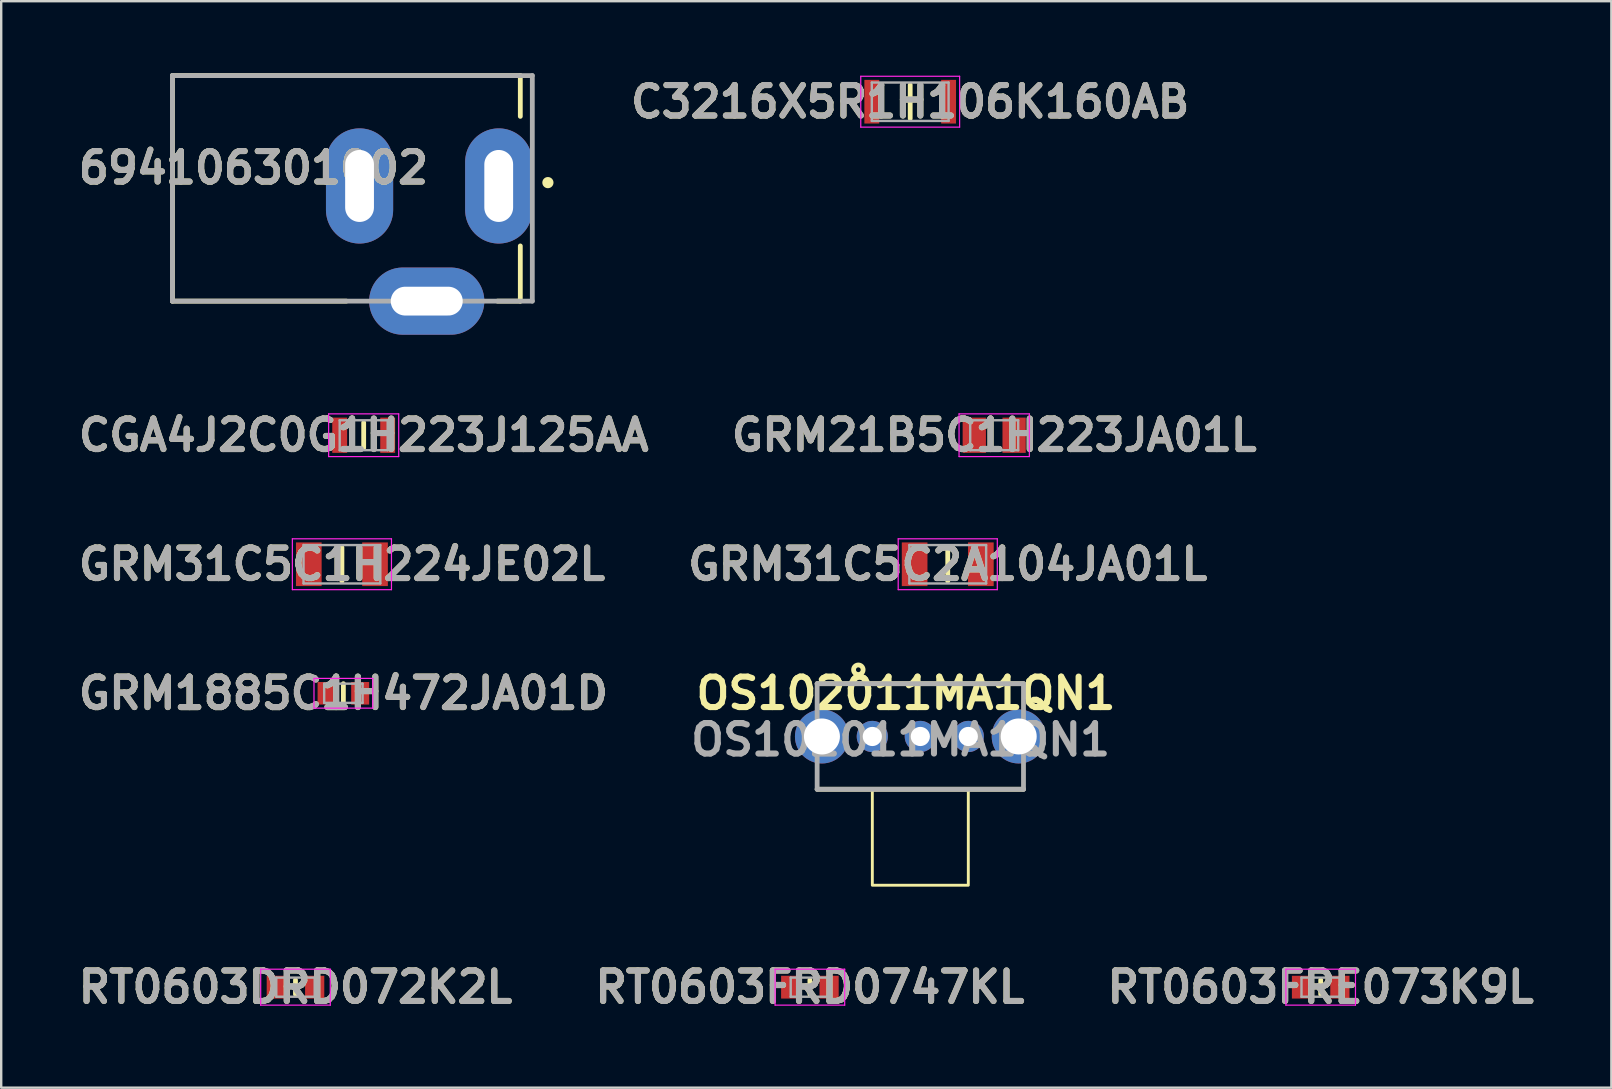
<source format=kicad_pcb>
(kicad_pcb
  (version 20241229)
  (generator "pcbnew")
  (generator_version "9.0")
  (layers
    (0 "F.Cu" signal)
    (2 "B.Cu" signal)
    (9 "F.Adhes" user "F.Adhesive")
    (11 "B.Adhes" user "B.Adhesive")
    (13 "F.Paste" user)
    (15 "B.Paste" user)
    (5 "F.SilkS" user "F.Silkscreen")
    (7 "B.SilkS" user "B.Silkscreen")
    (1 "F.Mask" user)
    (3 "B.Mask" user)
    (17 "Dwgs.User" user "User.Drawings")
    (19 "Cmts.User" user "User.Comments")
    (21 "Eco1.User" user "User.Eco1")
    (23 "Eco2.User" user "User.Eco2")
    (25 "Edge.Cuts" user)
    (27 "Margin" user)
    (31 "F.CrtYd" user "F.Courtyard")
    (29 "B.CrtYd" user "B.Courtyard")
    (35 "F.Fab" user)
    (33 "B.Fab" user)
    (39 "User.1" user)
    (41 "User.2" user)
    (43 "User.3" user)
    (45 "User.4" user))
  (footprint "OS102011MA1QN1"
    (layer "F.Cu")
    (at 35.306 27.644)
    (property "Reference" "OS102011MA1QN1" (at -0.6 -1.8 0) (layer "F.SilkS") (effects (font (size 1.27 1.27) (thickness 0.254))))
    (attr through_hole)
    (fp_line (start -4.3 -2.2) (end 4.3 -2.2) (stroke (width 0.2) (type solid)) (layer "F.SilkS"))
    (fp_line (start -4.3 2.2) (end 4.3 2.2) (stroke (width 0.2) (type solid)) (layer "F.SilkS"))
    (fp_rect (start 2 2.2) (end -2 2.2) (stroke (width 0.12) (type default)) (fill no) (layer "F.SilkS"))
    (fp_rect (start 2 2.2) (end -2 6.2) (stroke (width 0.12) (type default)) (fill no) (layer "F.SilkS"))
    (fp_circle (center -2.583 -2.781) (end -2.583 -2.682) (stroke (width 0.2) (type solid)) (fill no) (layer "F.SilkS"))
    (fp_line (start -4.3 -2.2) (end 4.3 -2.2) (stroke (width 0.2) (type solid)) (layer "F.Fab"))
    (fp_line (start -4.3 2.2) (end -4.3 -2.2) (stroke (width 0.2) (type solid)) (layer "F.Fab"))
    (fp_line (start 4.3 -2.2) (end 4.3 2.2) (stroke (width 0.2) (type solid)) (layer "F.Fab"))
    (fp_line (start 4.3 2.2) (end -4.3 2.2) (stroke (width 0.2) (type solid)) (layer "F.Fab"))
    (fp_text user "${REFERENCE}" (at -0.822 0.137 0) (layer "F.Fab") (effects (font (size 1.27 1.27) (thickness 0.254))))
    (pad "1" thru_hole circle (at -2 0) (size 1.3 1.3) (drill 0.8) (layers "*.Cu" "*.Mask"))
    (pad "2" thru_hole circle (at 0 0) (size 1.3 1.3) (drill 0.8) (layers "*.Cu" "*.Mask"))
    (pad "3" thru_hole circle (at 2 0) (size 1.3 1.3) (drill 0.8) (layers "*.Cu" "*.Mask"))
    (pad "4" thru_hole circle (at -4.1 0) (size 2.25 2.25) (drill 1.5) (layers "*.Cu" "*.Mask"))
    (pad "5" thru_hole circle (at 4.1 0) (size 2.25 2.25) (drill 1.5) (layers "*.Cu" "*.Mask")))
  (footprint "CGA4J2C0G1H223J125AA"
    (layer "F.Cu")
    (at 12.107 15.089)
    (property "Reference" "CGA4J2C0G1H223J125AA" (at 0 0 0) (layer "F.SilkS") (effects (font (size 1.27 1.27) (thickness 0.254))))
    (attr smd)
    (fp_line (start 0 -0.525) (end 0 0.525) (stroke (width 0.2) (type solid)) (layer "F.SilkS"))
    (fp_line (start -1.46 -0.89) (end 1.46 -0.89) (stroke (width 0.05) (type solid)) (layer "F.CrtYd"))
    (fp_line (start -1.46 0.89) (end -1.46 -0.89) (stroke (width 0.05) (type solid)) (layer "F.CrtYd"))
    (fp_line (start 1.46 -0.89) (end 1.46 0.89) (stroke (width 0.05) (type solid)) (layer "F.CrtYd"))
    (fp_line (start 1.46 0.89) (end -1.46 0.89) (stroke (width 0.05) (type solid)) (layer "F.CrtYd"))
    (fp_line (start -1 -0.625) (end 1 -0.625) (stroke (width 0.1) (type solid)) (layer "F.Fab"))
    (fp_line (start -1 0.625) (end -1 -0.625) (stroke (width 0.1) (type solid)) (layer "F.Fab"))
    (fp_line (start 1 -0.625) (end 1 0.625) (stroke (width 0.1) (type solid)) (layer "F.Fab"))
    (fp_line (start 1 0.625) (end -1 0.625) (stroke (width 0.1) (type solid)) (layer "F.Fab"))
    (fp_text user "${REFERENCE}" (at 0 0 0) (layer "F.Fab") (effects (font (size 1.27 1.27) (thickness 0.254))))
    (pad "1" smd rect (at -1 0) (size 0.62 1.47) (layers "F.Cu" "F.Mask" "F.Paste"))
    (pad "2" smd rect (at 1 0) (size 0.62 1.47) (layers "F.Cu" "F.Mask" "F.Paste")))
  (footprint "GRM31C5C2A104JA01L"
    (layer "F.Cu")
    (at 36.449 20.466)
    (property "Reference" "GRM31C5C2A104JA01L" (at 0 0 0) (layer "F.SilkS") (effects (font (size 1.27 1.27) (thickness 0.254))))
    (attr smd)
    (fp_line (start 0 -0.7) (end 0 0.7) (stroke (width 0.2) (type solid)) (layer "F.SilkS"))
    (fp_line (start -2.065 -1.06) (end 2.065 -1.06) (stroke (width 0.05) (type solid)) (layer "F.CrtYd"))
    (fp_line (start -2.065 1.06) (end -2.065 -1.06) (stroke (width 0.05) (type solid)) (layer "F.CrtYd"))
    (fp_line (start 2.065 -1.06) (end 2.065 1.06) (stroke (width 0.05) (type solid)) (layer "F.CrtYd"))
    (fp_line (start 2.065 1.06) (end -2.065 1.06) (stroke (width 0.05) (type solid)) (layer "F.CrtYd"))
    (fp_line (start -1.6 -0.8) (end 1.6 -0.8) (stroke (width 0.1) (type solid)) (layer "F.Fab"))
    (fp_line (start -1.6 0.8) (end -1.6 -0.8) (stroke (width 0.1) (type solid)) (layer "F.Fab"))
    (fp_line (start 1.6 -0.8) (end 1.6 0.8) (stroke (width 0.1) (type solid)) (layer "F.Fab"))
    (fp_line (start 1.6 0.8) (end -1.6 0.8) (stroke (width 0.1) (type solid)) (layer "F.Fab"))
    (fp_text user "${REFERENCE}" (at 0 0 0) (layer "F.Fab") (effects (font (size 1.27 1.27) (thickness 0.254))))
    (pad "1" smd rect (at -1.38 0) (size 1.07 1.82) (layers "F.Cu" "F.Mask" "F.Paste"))
    (pad "2" smd rect (at 1.38 0) (size 1.07 1.82) (layers "F.Cu" "F.Mask" "F.Paste")))
  (footprint "GRM1885C1H472JA01D"
    (layer "F.Cu")
    (at 11.261 25.844)
    (property "Reference" "GRM1885C1H472JA01D" (at 0 0 0) (layer "F.SilkS") (effects (font (size 1.27 1.27) (thickness 0.254))))
    (attr smd)
    (fp_line (start 0 -0.4) (end 0 0.4) (stroke (width 0.2) (type default)) (layer "F.SilkS"))
    (fp_line (start -1.225 -0.62) (end 1.225 -0.62) (stroke (width 0.05) (type solid)) (layer "F.CrtYd"))
    (fp_line (start -1.225 0.62) (end -1.225 -0.62) (stroke (width 0.05) (type solid)) (layer "F.CrtYd"))
    (fp_line (start 1.225 -0.62) (end 1.225 0.62) (stroke (width 0.05) (type solid)) (layer "F.CrtYd"))
    (fp_line (start 1.225 0.62) (end -1.225 0.62) (stroke (width 0.05) (type solid)) (layer "F.CrtYd"))
    (fp_line (start -0.8 -0.4) (end 0.8 -0.4) (stroke (width 0.1) (type solid)) (layer "F.Fab"))
    (fp_line (start -0.8 0.4) (end -0.8 -0.4) (stroke (width 0.1) (type solid)) (layer "F.Fab"))
    (fp_line (start 0.8 -0.4) (end 0.8 0.4) (stroke (width 0.1) (type solid)) (layer "F.Fab"))
    (fp_line (start 0.8 0.4) (end -0.8 0.4) (stroke (width 0.1) (type solid)) (layer "F.Fab"))
    (fp_text user "${REFERENCE}" (at 0 0 0) (layer "F.Fab") (effects (font (size 1.27 1.27) (thickness 0.254))))
    (pad "1" smd rect (at -0.7 0) (size 0.75 0.94) (layers "F.Cu" "F.Mask" "F.Paste"))
    (pad "2" smd rect (at 0.7 0) (size 0.75 0.94) (layers "F.Cu" "F.Mask" "F.Paste")))
  (footprint "RT0603FRE073K9L"
    (layer "F.Cu")
    (at 51.992 38.092)
    (property "Reference" "RT0603FRE073K9L" (at 0 0 0) (layer "F.SilkS") (effects (font (size 1.27 1.27) (thickness 0.254))))
    (attr smd)
    (fp_line (start 0 -0.3) (end 0 0.3) (stroke (width 0.2) (type solid)) (layer "F.SilkS"))
    (fp_line (start -1.45 -0.75) (end 1.45 -0.75) (stroke (width 0.05) (type solid)) (layer "F.CrtYd"))
    (fp_line (start -1.45 0.75) (end -1.45 -0.75) (stroke (width 0.05) (type solid)) (layer "F.CrtYd"))
    (fp_line (start 1.45 -0.75) (end 1.45 0.75) (stroke (width 0.05) (type solid)) (layer "F.CrtYd"))
    (fp_line (start 1.45 0.75) (end -1.45 0.75) (stroke (width 0.05) (type solid)) (layer "F.CrtYd"))
    (fp_line (start -0.8 -0.4) (end 0.8 -0.4) (stroke (width 0.1) (type solid)) (layer "F.Fab"))
    (fp_line (start -0.8 0.4) (end -0.8 -0.4) (stroke (width 0.1) (type solid)) (layer "F.Fab"))
    (fp_line (start 0.8 -0.4) (end 0.8 0.4) (stroke (width 0.1) (type solid)) (layer "F.Fab"))
    (fp_line (start 0.8 0.4) (end -0.8 0.4) (stroke (width 0.1) (type solid)) (layer "F.Fab"))
    (fp_text user "${REFERENCE}" (at 0 0 0) (layer "F.Fab") (effects (font (size 1.27 1.27) (thickness 0.254))))
    (pad "1" smd rect (at -0.8 0) (size 0.8 0.95) (layers "F.Cu" "F.Mask" "F.Paste"))
    (pad "2" smd rect (at 0.8 0) (size 0.8 0.95) (layers "F.Cu" "F.Mask" "F.Paste")))
  (footprint "GRM21B5C1H223JA01L"
    (layer "F.Cu")
    (at 38.385 15.089)
    (property "Reference" "GRM21B5C1H223JA01L" (at 0 0 0) (layer "F.SilkS") (effects (font (size 1.27 1.27) (thickness 0.254))))
    (attr smd)
    (fp_line (start -1.465 -0.89) (end 1.465 -0.89) (stroke (width 0.05) (type solid)) (layer "F.CrtYd"))
    (fp_line (start -1.465 0.89) (end -1.465 -0.89) (stroke (width 0.05) (type solid)) (layer "F.CrtYd"))
    (fp_line (start 1.465 -0.89) (end 1.465 0.89) (stroke (width 0.05) (type solid)) (layer "F.CrtYd"))
    (fp_line (start 1.465 0.89) (end -1.465 0.89) (stroke (width 0.05) (type solid)) (layer "F.CrtYd"))
    (fp_line (start -1 -0.625) (end 1 -0.625) (stroke (width 0.1) (type solid)) (layer "F.Fab"))
    (fp_line (start -1 0.625) (end -1 -0.625) (stroke (width 0.1) (type solid)) (layer "F.Fab"))
    (fp_line (start 1 -0.625) (end 1 0.625) (stroke (width 0.1) (type solid)) (layer "F.Fab"))
    (fp_line (start 1 0.625) (end -1 0.625) (stroke (width 0.1) (type solid)) (layer "F.Fab"))
    (fp_text user "${REFERENCE}" (at 0 0 0) (layer "F.Fab") (effects (font (size 1.27 1.27) (thickness 0.254))))
    (pad "1" smd rect (at -0.83 0) (size 0.97 1.47) (layers "F.Cu" "F.Mask" "F.Paste"))
    (pad "2" smd rect (at 0.83 0) (size 0.97 1.47) (layers "F.Cu" "F.Mask" "F.Paste")))
  (footprint "694106301002"
    (layer "F.Cu")
    (at 4.135 8.5)
    (property "Reference" "694106301002" (at 3.376 -4.559 0) (layer "F.SilkS") (effects (font (size 1.27 1.27) (thickness 0.254))))
    (attr through_hole exclude_from_pos_files)
    (fp_line (start 0 -8.4) (end 14.5 -8.4) (stroke (width 0.2) (type solid)) (layer "F.SilkS"))
    (fp_line (start 0 1) (end 0 -8.4) (stroke (width 0.2) (type solid)) (layer "F.SilkS"))
    (fp_line (start 7.25 1) (end 0 1) (stroke (width 0.2) (type solid)) (layer "F.SilkS"))
    (fp_line (start 14.5 -6.7) (end 14.5 -8.4) (stroke (width 0.2) (type solid)) (layer "F.SilkS"))
    (fp_line (start 14.5 1) (end 13.55 1) (stroke (width 0.2) (type solid)) (layer "F.SilkS"))
    (fp_line (start 14.5 1) (end 14.5 -1.3) (stroke (width 0.2) (type solid)) (layer "F.SilkS"))
    (fp_circle (center 15.65 -3.939) (end 15.783 -3.939) (stroke (width 0.2) (type solid)) (fill yes) (layer "F.SilkS"))
    (fp_line (start 0 -8.4) (end 15 -8.4) (stroke (width 0.2) (type solid)) (layer "F.Fab"))
    (fp_line (start 0 1) (end 0 -8.4) (stroke (width 0.2) (type solid)) (layer "F.Fab"))
    (fp_line (start 15 -8.4) (end 15 1) (stroke (width 0.2) (type solid)) (layer "F.Fab"))
    (fp_line (start 15 1) (end 0 1) (stroke (width 0.2) (type solid)) (layer "F.Fab"))
    (fp_text user "${REFERENCE}" (at 3.376 -4.559 0) (layer "F.Fab") (effects (font (size 1.27 1.27) (thickness 0.254))))
    (pad "1" thru_hole oval (at 13.6 -3.8) (size 2.8 4.8) (drill oval 1.2 3) (layers "*.Cu" "*.Mask"))
    (pad "2" thru_hole oval (at 7.8 -3.8) (size 2.8 4.8) (drill oval 1.2 3) (layers "*.Cu" "*.Mask"))
    (pad "3" thru_hole oval (at 10.6 1) (size 4.8 2.8) (drill oval 3 1.2) (layers "*.Cu" "*.Mask")))
  (footprint "RT0603FRD0747KL"
    (layer "F.Cu")
    (at 30.704 38.092)
    (property "Reference" "RT0603FRD0747KL" (at 0 0 0) (layer "F.SilkS") (effects (font (size 1.27 1.27) (thickness 0.254))))
    (attr smd)
    (fp_line (start 0 -0.3) (end 0 0.3) (stroke (width 0.2) (type solid)) (layer "F.SilkS"))
    (fp_line (start -1.45 -0.75) (end 1.45 -0.75) (stroke (width 0.05) (type solid)) (layer "F.CrtYd"))
    (fp_line (start -1.45 0.75) (end -1.45 -0.75) (stroke (width 0.05) (type solid)) (layer "F.CrtYd"))
    (fp_line (start 1.45 -0.75) (end 1.45 0.75) (stroke (width 0.05) (type solid)) (layer "F.CrtYd"))
    (fp_line (start 1.45 0.75) (end -1.45 0.75) (stroke (width 0.05) (type solid)) (layer "F.CrtYd"))
    (fp_line (start -0.8 -0.4) (end 0.8 -0.4) (stroke (width 0.1) (type solid)) (layer "F.Fab"))
    (fp_line (start -0.8 0.4) (end -0.8 -0.4) (stroke (width 0.1) (type solid)) (layer "F.Fab"))
    (fp_line (start 0.8 -0.4) (end 0.8 0.4) (stroke (width 0.1) (type solid)) (layer "F.Fab"))
    (fp_line (start 0.8 0.4) (end -0.8 0.4) (stroke (width 0.1) (type solid)) (layer "F.Fab"))
    (fp_text user "${REFERENCE}" (at 0 0 0) (layer "F.Fab") (effects (font (size 1.27 1.27) (thickness 0.254))))
    (pad "1" smd rect (at -0.8 0) (size 0.8 0.95) (layers "F.Cu" "F.Mask" "F.Paste"))
    (pad "2" smd rect (at 0.8 0) (size 0.8 0.95) (layers "F.Cu" "F.Mask" "F.Paste")))
  (footprint "GRM31C5C1H224JE02L"
    (layer "F.Cu")
    (at 11.2 20.466)
    (property "Reference" "GRM31C5C1H224JE02L" (at 0 0 0) (layer "F.SilkS") (effects (font (size 1.27 1.27) (thickness 0.254))))
    (attr smd)
    (fp_line (start 0 -0.7) (end 0 0.7) (stroke (width 0.2) (type solid)) (layer "F.SilkS"))
    (fp_line (start -2.065 -1.06) (end 2.065 -1.06) (stroke (width 0.05) (type solid)) (layer "F.CrtYd"))
    (fp_line (start -2.065 1.06) (end -2.065 -1.06) (stroke (width 0.05) (type solid)) (layer "F.CrtYd"))
    (fp_line (start 2.065 -1.06) (end 2.065 1.06) (stroke (width 0.05) (type solid)) (layer "F.CrtYd"))
    (fp_line (start 2.065 1.06) (end -2.065 1.06) (stroke (width 0.05) (type solid)) (layer "F.CrtYd"))
    (fp_line (start -1.6 -0.8) (end 1.6 -0.8) (stroke (width 0.1) (type solid)) (layer "F.Fab"))
    (fp_line (start -1.6 0.8) (end -1.6 -0.8) (stroke (width 0.1) (type solid)) (layer "F.Fab"))
    (fp_line (start 1.6 -0.8) (end 1.6 0.8) (stroke (width 0.1) (type solid)) (layer "F.Fab"))
    (fp_line (start 1.6 0.8) (end -1.6 0.8) (stroke (width 0.1) (type solid)) (layer "F.Fab"))
    (fp_text user "${REFERENCE}" (at 0 0 0) (layer "F.Fab") (effects (font (size 1.27 1.27) (thickness 0.254))))
    (pad "1" smd rect (at -1.38 0) (size 1.07 1.82) (layers "F.Cu" "F.Mask" "F.Paste"))
    (pad "2" smd rect (at 1.38 0) (size 1.07 1.82) (layers "F.Cu" "F.Mask" "F.Paste")))
  (footprint "RT0603DRD072K2L"
    (layer "F.Cu")
    (at 9.265 38.092)
    (property "Reference" "RT0603DRD072K2L" (at 0 0 0) (layer "F.SilkS") (effects (font (size 1.27 1.27) (thickness 0.254))))
    (attr smd)
    (fp_line (start 0 -0.3) (end 0 0.3) (stroke (width 0.2) (type solid)) (layer "F.SilkS"))
    (fp_line (start -1.45 -0.75) (end 1.45 -0.75) (stroke (width 0.05) (type solid)) (layer "F.CrtYd"))
    (fp_line (start -1.45 0.75) (end -1.45 -0.75) (stroke (width 0.05) (type solid)) (layer "F.CrtYd"))
    (fp_line (start 1.45 -0.75) (end 1.45 0.75) (stroke (width 0.05) (type solid)) (layer "F.CrtYd"))
    (fp_line (start 1.45 0.75) (end -1.45 0.75) (stroke (width 0.05) (type solid)) (layer "F.CrtYd"))
    (fp_line (start -0.8 -0.4) (end 0.8 -0.4) (stroke (width 0.1) (type solid)) (layer "F.Fab"))
    (fp_line (start -0.8 0.4) (end -0.8 -0.4) (stroke (width 0.1) (type solid)) (layer "F.Fab"))
    (fp_line (start 0.8 -0.4) (end 0.8 0.4) (stroke (width 0.1) (type solid)) (layer "F.Fab"))
    (fp_line (start 0.8 0.4) (end -0.8 0.4) (stroke (width 0.1) (type solid)) (layer "F.Fab"))
    (fp_text user "${REFERENCE}" (at 0 0 0) (layer "F.Fab") (effects (font (size 1.27 1.27) (thickness 0.254))))
    (pad "1" smd rect (at -0.8 0) (size 0.8 0.95) (layers "F.Cu" "F.Mask" "F.Paste"))
    (pad "2" smd rect (at 0.8 0) (size 0.8 0.95) (layers "F.Cu" "F.Mask" "F.Paste")))
  (footprint "C3216X5R1H106K160AB"
    (layer "F.Cu")
    (at 34.884 1.189)
    (property "Reference" "C3216X5R1H106K160AB" (at 0 0 0) (layer "F.SilkS") (effects (font (size 1.27 1.27) (thickness 0.254))))
    (attr smd)
    (fp_line (start 0 -0.7) (end 0 0.7) (stroke (width 0.2) (type solid)) (layer "F.SilkS"))
    (fp_line (start -2.06 -1.06) (end 2.06 -1.06) (stroke (width 0.05) (type solid)) (layer "F.CrtYd"))
    (fp_line (start -2.06 1.06) (end -2.06 -1.06) (stroke (width 0.05) (type solid)) (layer "F.CrtYd"))
    (fp_line (start 2.06 -1.06) (end 2.06 1.06) (stroke (width 0.05) (type solid)) (layer "F.CrtYd"))
    (fp_line (start 2.06 1.06) (end -2.06 1.06) (stroke (width 0.05) (type solid)) (layer "F.CrtYd"))
    (fp_line (start -1.6 -0.8) (end 1.6 -0.8) (stroke (width 0.1) (type solid)) (layer "F.Fab"))
    (fp_line (start -1.6 0.8) (end -1.6 -0.8) (stroke (width 0.1) (type solid)) (layer "F.Fab"))
    (fp_line (start 1.6 -0.8) (end 1.6 0.8) (stroke (width 0.1) (type solid)) (layer "F.Fab"))
    (fp_line (start 1.6 0.8) (end -1.6 0.8) (stroke (width 0.1) (type solid)) (layer "F.Fab"))
    (fp_text user "${REFERENCE}" (at 0 0 0) (layer "F.Fab") (effects (font (size 1.27 1.27) (thickness 0.254))))
    (pad "1" smd rect (at -1.6 0) (size 0.62 1.82) (layers "F.Cu" "F.Mask" "F.Paste"))
    (pad "2" smd rect (at 1.6 0) (size 0.62 1.82) (layers "F.Cu" "F.Mask" "F.Paste")))
  (gr_rect
    (start -3 -3)
    (end 64.106 42.281)
    (stroke (width 0.1) (type default))
    (fill no)
    (layer "Edge.Cuts")))
</source>
